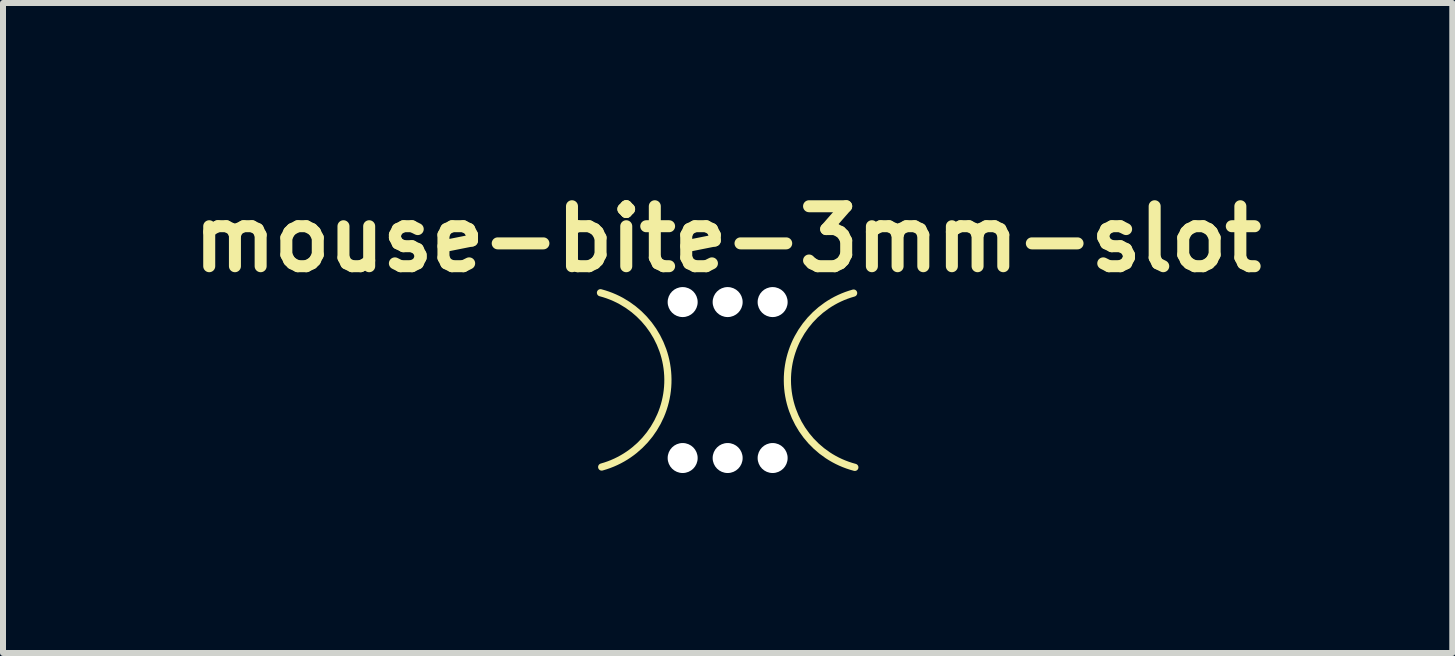
<source format=kicad_pcb>
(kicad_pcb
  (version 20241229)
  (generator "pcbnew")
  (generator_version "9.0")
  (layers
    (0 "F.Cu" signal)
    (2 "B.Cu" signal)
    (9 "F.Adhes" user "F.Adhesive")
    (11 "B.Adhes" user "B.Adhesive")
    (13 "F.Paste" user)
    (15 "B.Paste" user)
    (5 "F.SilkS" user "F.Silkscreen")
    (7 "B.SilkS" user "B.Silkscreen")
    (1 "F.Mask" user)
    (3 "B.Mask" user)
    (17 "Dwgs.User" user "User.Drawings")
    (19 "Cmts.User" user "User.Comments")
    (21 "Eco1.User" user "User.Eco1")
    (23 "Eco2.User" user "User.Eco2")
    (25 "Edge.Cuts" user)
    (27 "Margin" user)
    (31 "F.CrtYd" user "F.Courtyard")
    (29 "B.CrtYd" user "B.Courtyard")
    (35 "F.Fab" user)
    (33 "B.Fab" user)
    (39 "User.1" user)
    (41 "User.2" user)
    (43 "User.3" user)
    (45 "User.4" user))
  (footprint "mouse-bite-3mm-slot"
    (layer "F.Cu")
    (at 9.081 3.286)
    (property "Reference" "mouse-bite-3mm-slot" (at 0 -2.35 0) (layer "F.SilkS") (effects (font (size 1 1) (thickness 0.2))))
    (attr through_hole)
    (fp_arc (start -2.120316 -1.455451) (mid -0.995877 -0.010517) (end -2.100001 1.449999) (stroke (width 0.12) (type solid)) (layer "F.SilkS"))
    (fp_arc (start 2.120316 1.455451) (mid 0.995877 0.010517) (end 2.100001 -1.449999) (stroke (width 0.12) (type solid)) (layer "F.SilkS"))
    (fp_line (start -2.5 0) (end -2.5 0) (stroke (width 3) (type solid)) (layer "Eco1.User"))
    (fp_line (start 2.5 0) (end 2.5 0) (stroke (width 3) (type solid)) (layer "Eco1.User"))
    (pad "" np_thru_hole circle (at -0.75 -1.3) (size 0.5 0.5) (drill 0.5) (layers "*.Cu" "*.Mask"))
    (pad "" np_thru_hole circle (at -0.75 1.3) (size 0.5 0.5) (drill 0.5) (layers "*.Cu" "*.Mask"))
    (pad "" np_thru_hole circle (at 0 -1.3) (size 0.5 0.5) (drill 0.5) (layers "*.Cu" "*.Mask"))
    (pad "" np_thru_hole circle (at 0 1.3) (size 0.5 0.5) (drill 0.5) (layers "*.Cu" "*.Mask"))
    (pad "" np_thru_hole circle (at 0.75 -1.3) (size 0.5 0.5) (drill 0.5) (layers "*.Cu" "*.Mask"))
    (pad "" np_thru_hole circle (at 0.75 1.3) (size 0.5 0.5) (drill 0.5) (layers "*.Cu" "*.Mask")))
  (gr_rect
    (start -3 -3)
    (end 21.162 7.836)
    (stroke (width 0.1) (type default))
    (fill no)
    (layer "Edge.Cuts")))
</source>
